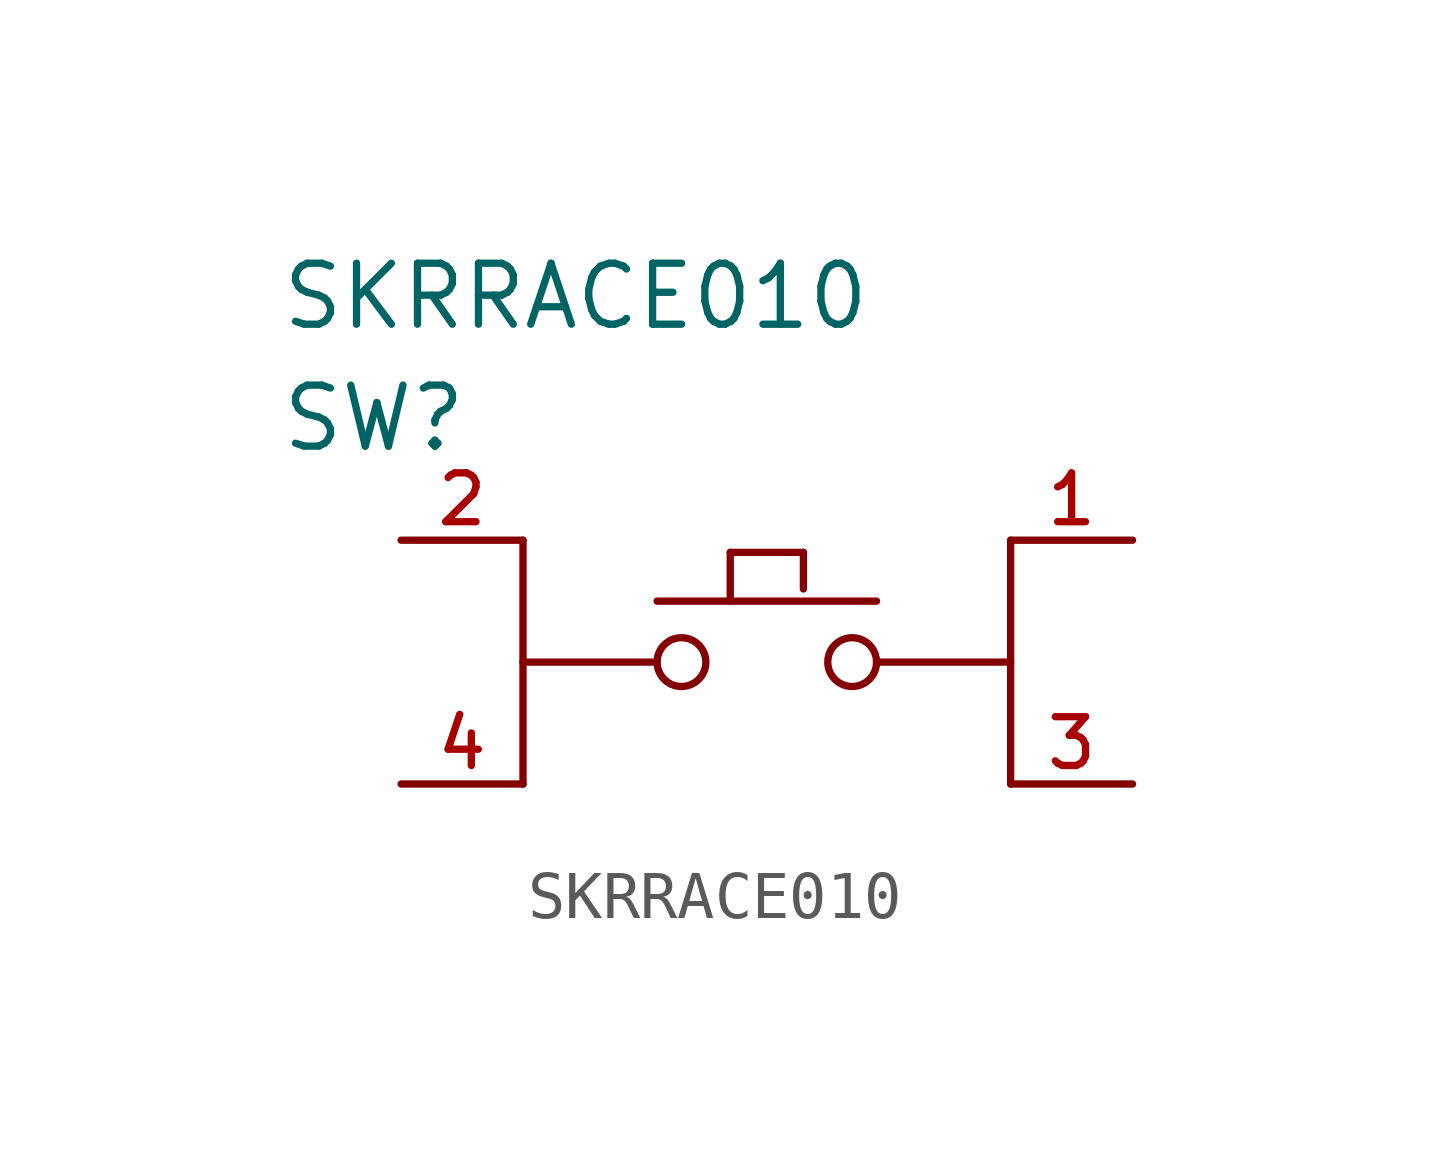
<source format=kicad_sym>
(kicad_symbol_lib
  (version 20210619)
  (generator kicad_symbol_editor)
  (symbol "SKRRACE010"
    (pin_names
      (offset 1.016))
    (property "Reference" "SW"
      (at 0 2.54 0)
      (effects (font (size 1.27 1.27)) (justify left)))
    (property "Value" "SKRRACE010"
      (at 0 5.08 0)
      (effects (font (size 1.27 1.27)) (justify left)))
    (property "ki_locked" ""
      (at 0 0 0)
      (effects (font (size 1.27 1.27))))
    (symbol "SKRRACE010_1_1"
      (circle (center 8.382 -2.54) (radius 0.508) (stroke (width 0)) (fill (type none)))
      (circle (center 11.938 -2.54) (radius 0.508) (stroke (width 0)) (fill (type none)))
      (polyline (pts (xy 5.08 0) (xy 5.08 -5.08)) (stroke (width 0)) (fill (type none)))
      (polyline (pts (xy 7.874 -2.54) (xy 5.08 -2.54)) (stroke (width 0)) (fill (type none)))
      (polyline (pts (xy 7.874 -1.27) (xy 12.446 -1.27)) (stroke (width 0)) (fill (type none)))
      (polyline (pts (xy 9.398 -1.27) (xy 9.398 -0.254)) (stroke (width 0)) (fill (type none)))
      (polyline (pts (xy 9.398 -0.254) (xy 10.922 -0.254)) (stroke (width 0)) (fill (type none)))
      (polyline (pts (xy 10.922 -0.254) (xy 10.922 -1.016)) (stroke (width 0)) (fill (type none)))
      (polyline (pts (xy 12.446 -2.54) (xy 15.24 -2.54)) (stroke (width 0)) (fill (type none)))
      (polyline (pts (xy 15.24 0) (xy 15.24 -5.08)) (stroke (width 0)) (fill (type none)))
      (pin passive line (at 17.78 0 180) (length 2.54) (name "1" (effects (font (size 0 0)))) (number "1" (effects (font (size 1.016 1.016)))))
      (pin passive line (at 2.54 0 0) (length 2.54) (name "2" (effects (font (size 0 0)))) (number "2" (effects (font (size 1.016 1.016)))))
      (pin passive line (at 17.78 -5.08 180) (length 2.54) (name "3" (effects (font (size 0 0)))) (number "3" (effects (font (size 1.016 1.016)))))
      (pin passive line (at 2.54 -5.08 0) (length 2.54) (name "4" (effects (font (size 0 0)))) (number "4" (effects (font (size 1.016 1.016))))))))
</source>
